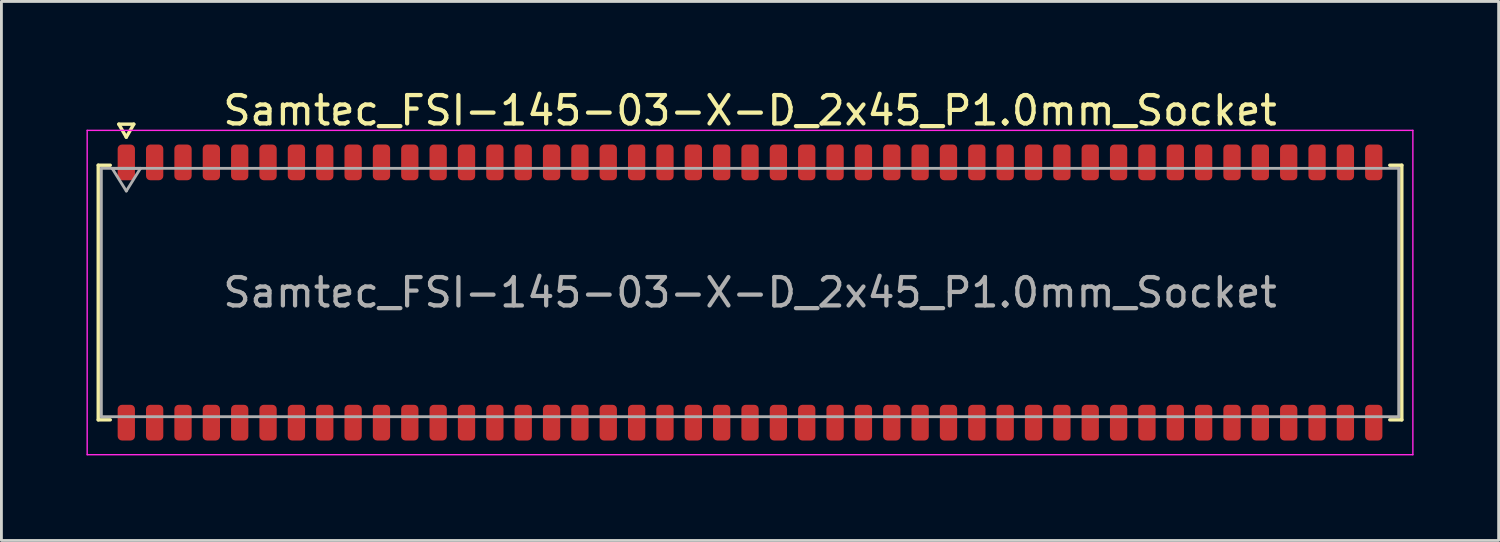
<source format=kicad_pcb>
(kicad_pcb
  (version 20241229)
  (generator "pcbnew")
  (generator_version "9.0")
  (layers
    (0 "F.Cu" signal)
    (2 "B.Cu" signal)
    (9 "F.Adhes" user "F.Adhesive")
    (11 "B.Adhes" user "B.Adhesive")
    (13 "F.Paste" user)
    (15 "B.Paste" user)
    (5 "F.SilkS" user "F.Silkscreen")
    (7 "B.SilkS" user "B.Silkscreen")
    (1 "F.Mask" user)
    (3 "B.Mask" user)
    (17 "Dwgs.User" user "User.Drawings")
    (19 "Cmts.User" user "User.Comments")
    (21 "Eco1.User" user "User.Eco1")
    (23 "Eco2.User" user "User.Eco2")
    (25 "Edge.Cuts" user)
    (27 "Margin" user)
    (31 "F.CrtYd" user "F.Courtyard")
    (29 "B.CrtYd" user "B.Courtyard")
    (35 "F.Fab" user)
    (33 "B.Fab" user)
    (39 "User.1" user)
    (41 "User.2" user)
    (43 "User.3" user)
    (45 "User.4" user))
  (footprint "Samtec_FSI-145-03-X-D_2x45_P1.0mm_Socket"
    (layer "F.Cu")
    (at 23.405 7.268)
    (property "Reference" "Samtec_FSI-145-03-X-D_2x45_P1.0mm_Socket" (at 0 -6.42 0) (layer "F.SilkS") (effects (font (size 1 1) (thickness 0.15))))
    (attr smd)
    (fp_line (start -22.99 -4.49) (end -22.565 -4.49) (stroke (width 0.12) (type solid)) (layer "F.SilkS"))
    (fp_line (start -22.99 4.49) (end -22.99 -4.49) (stroke (width 0.12) (type solid)) (layer "F.SilkS"))
    (fp_line (start -22.565 4.49) (end -22.99 4.49) (stroke (width 0.12) (type solid)) (layer "F.SilkS"))
    (fp_line (start -22.264 -5.938) (end -22 -5.48) (stroke (width 0.12) (type solid)) (layer "F.SilkS"))
    (fp_line (start -22 -5.48) (end -21.736 -5.938) (stroke (width 0.12) (type solid)) (layer "F.SilkS"))
    (fp_line (start -21.736 -5.938) (end -22.264 -5.938) (stroke (width 0.12) (type solid)) (layer "F.SilkS"))
    (fp_line (start 22.565 -4.49) (end 22.99 -4.49) (stroke (width 0.12) (type solid)) (layer "F.SilkS"))
    (fp_line (start 22.99 -4.49) (end 22.99 4.49) (stroke (width 0.12) (type solid)) (layer "F.SilkS"))
    (fp_line (start 22.99 4.49) (end 22.565 4.49) (stroke (width 0.12) (type solid)) (layer "F.SilkS"))
    (fp_line (start -23.38 -5.72) (end -23.38 5.72) (stroke (width 0.05) (type solid)) (layer "F.CrtYd"))
    (fp_line (start -23.38 5.72) (end 23.38 5.72) (stroke (width 0.05) (type solid)) (layer "F.CrtYd"))
    (fp_line (start 23.38 -5.72) (end -23.38 -5.72) (stroke (width 0.05) (type solid)) (layer "F.CrtYd"))
    (fp_line (start 23.38 5.72) (end 23.38 -5.72) (stroke (width 0.05) (type solid)) (layer "F.CrtYd"))
    (fp_line (start -22.88 -4.38) (end 22.88 -4.38) (stroke (width 0.1) (type solid)) (layer "F.Fab"))
    (fp_line (start -22.88 4.38) (end -22.88 -4.38) (stroke (width 0.1) (type solid)) (layer "F.Fab"))
    (fp_line (start -22.5 -4.38) (end -22 -3.58) (stroke (width 0.1) (type solid)) (layer "F.Fab"))
    (fp_line (start -22 -3.58) (end -21.5 -4.38) (stroke (width 0.1) (type solid)) (layer "F.Fab"))
    (fp_line (start -21.5 -4.38) (end -22.5 -4.38) (stroke (width 0.1) (type solid)) (layer "F.Fab"))
    (fp_line (start 22.88 -4.38) (end 22.88 4.38) (stroke (width 0.1) (type solid)) (layer "F.Fab"))
    (fp_line (start 22.88 4.38) (end -22.88 4.38) (stroke (width 0.1) (type solid)) (layer "F.Fab"))
    (fp_text user "${REFERENCE}" (at 0 0 0) (layer "F.Fab") (effects (font (size 1 1) (thickness 0.15))))
    (pad "1" smd roundrect (at -22 -4.59) (size 0.61 1.26) (layers "F.Cu" "F.Mask" "F.Paste") (roundrect_rratio 0.25))
    (pad "2" smd roundrect (at -22 4.59) (size 0.61 1.26) (layers "F.Cu" "F.Mask" "F.Paste") (roundrect_rratio 0.25))
    (pad "3" smd roundrect (at -21 -4.59) (size 0.61 1.26) (layers "F.Cu" "F.Mask" "F.Paste") (roundrect_rratio 0.25))
    (pad "4" smd roundrect (at -21 4.59) (size 0.61 1.26) (layers "F.Cu" "F.Mask" "F.Paste") (roundrect_rratio 0.25))
    (pad "5" smd roundrect (at -20 -4.59) (size 0.61 1.26) (layers "F.Cu" "F.Mask" "F.Paste") (roundrect_rratio 0.25))
    (pad "6" smd roundrect (at -20 4.59) (size 0.61 1.26) (layers "F.Cu" "F.Mask" "F.Paste") (roundrect_rratio 0.25))
    (pad "7" smd roundrect (at -19 -4.59) (size 0.61 1.26) (layers "F.Cu" "F.Mask" "F.Paste") (roundrect_rratio 0.25))
    (pad "8" smd roundrect (at -19 4.59) (size 0.61 1.26) (layers "F.Cu" "F.Mask" "F.Paste") (roundrect_rratio 0.25))
    (pad "9" smd roundrect (at -18 -4.59) (size 0.61 1.26) (layers "F.Cu" "F.Mask" "F.Paste") (roundrect_rratio 0.25))
    (pad "10" smd roundrect (at -18 4.59) (size 0.61 1.26) (layers "F.Cu" "F.Mask" "F.Paste") (roundrect_rratio 0.25))
    (pad "11" smd roundrect (at -17 -4.59) (size 0.61 1.26) (layers "F.Cu" "F.Mask" "F.Paste") (roundrect_rratio 0.25))
    (pad "12" smd roundrect (at -17 4.59) (size 0.61 1.26) (layers "F.Cu" "F.Mask" "F.Paste") (roundrect_rratio 0.25))
    (pad "13" smd roundrect (at -16 -4.59) (size 0.61 1.26) (layers "F.Cu" "F.Mask" "F.Paste") (roundrect_rratio 0.25))
    (pad "14" smd roundrect (at -16 4.59) (size 0.61 1.26) (layers "F.Cu" "F.Mask" "F.Paste") (roundrect_rratio 0.25))
    (pad "15" smd roundrect (at -15 -4.59) (size 0.61 1.26) (layers "F.Cu" "F.Mask" "F.Paste") (roundrect_rratio 0.25))
    (pad "16" smd roundrect (at -15 4.59) (size 0.61 1.26) (layers "F.Cu" "F.Mask" "F.Paste") (roundrect_rratio 0.25))
    (pad "17" smd roundrect (at -14 -4.59) (size 0.61 1.26) (layers "F.Cu" "F.Mask" "F.Paste") (roundrect_rratio 0.25))
    (pad "18" smd roundrect (at -14 4.59) (size 0.61 1.26) (layers "F.Cu" "F.Mask" "F.Paste") (roundrect_rratio 0.25))
    (pad "19" smd roundrect (at -13 -4.59) (size 0.61 1.26) (layers "F.Cu" "F.Mask" "F.Paste") (roundrect_rratio 0.25))
    (pad "20" smd roundrect (at -13 4.59) (size 0.61 1.26) (layers "F.Cu" "F.Mask" "F.Paste") (roundrect_rratio 0.25))
    (pad "21" smd roundrect (at -12 -4.59) (size 0.61 1.26) (layers "F.Cu" "F.Mask" "F.Paste") (roundrect_rratio 0.25))
    (pad "22" smd roundrect (at -12 4.59) (size 0.61 1.26) (layers "F.Cu" "F.Mask" "F.Paste") (roundrect_rratio 0.25))
    (pad "23" smd roundrect (at -11 -4.59) (size 0.61 1.26) (layers "F.Cu" "F.Mask" "F.Paste") (roundrect_rratio 0.25))
    (pad "24" smd roundrect (at -11 4.59) (size 0.61 1.26) (layers "F.Cu" "F.Mask" "F.Paste") (roundrect_rratio 0.25))
    (pad "25" smd roundrect (at -10 -4.59) (size 0.61 1.26) (layers "F.Cu" "F.Mask" "F.Paste") (roundrect_rratio 0.25))
    (pad "26" smd roundrect (at -10 4.59) (size 0.61 1.26) (layers "F.Cu" "F.Mask" "F.Paste") (roundrect_rratio 0.25))
    (pad "27" smd roundrect (at -9 -4.59) (size 0.61 1.26) (layers "F.Cu" "F.Mask" "F.Paste") (roundrect_rratio 0.25))
    (pad "28" smd roundrect (at -9 4.59) (size 0.61 1.26) (layers "F.Cu" "F.Mask" "F.Paste") (roundrect_rratio 0.25))
    (pad "29" smd roundrect (at -8 -4.59) (size 0.61 1.26) (layers "F.Cu" "F.Mask" "F.Paste") (roundrect_rratio 0.25))
    (pad "30" smd roundrect (at -8 4.59) (size 0.61 1.26) (layers "F.Cu" "F.Mask" "F.Paste") (roundrect_rratio 0.25))
    (pad "31" smd roundrect (at -7 -4.59) (size 0.61 1.26) (layers "F.Cu" "F.Mask" "F.Paste") (roundrect_rratio 0.25))
    (pad "32" smd roundrect (at -7 4.59) (size 0.61 1.26) (layers "F.Cu" "F.Mask" "F.Paste") (roundrect_rratio 0.25))
    (pad "33" smd roundrect (at -6 -4.59) (size 0.61 1.26) (layers "F.Cu" "F.Mask" "F.Paste") (roundrect_rratio 0.25))
    (pad "34" smd roundrect (at -6 4.59) (size 0.61 1.26) (layers "F.Cu" "F.Mask" "F.Paste") (roundrect_rratio 0.25))
    (pad "35" smd roundrect (at -5 -4.59) (size 0.61 1.26) (layers "F.Cu" "F.Mask" "F.Paste") (roundrect_rratio 0.25))
    (pad "36" smd roundrect (at -5 4.59) (size 0.61 1.26) (layers "F.Cu" "F.Mask" "F.Paste") (roundrect_rratio 0.25))
    (pad "37" smd roundrect (at -4 -4.59) (size 0.61 1.26) (layers "F.Cu" "F.Mask" "F.Paste") (roundrect_rratio 0.25))
    (pad "38" smd roundrect (at -4 4.59) (size 0.61 1.26) (layers "F.Cu" "F.Mask" "F.Paste") (roundrect_rratio 0.25))
    (pad "39" smd roundrect (at -3 -4.59) (size 0.61 1.26) (layers "F.Cu" "F.Mask" "F.Paste") (roundrect_rratio 0.25))
    (pad "40" smd roundrect (at -3 4.59) (size 0.61 1.26) (layers "F.Cu" "F.Mask" "F.Paste") (roundrect_rratio 0.25))
    (pad "41" smd roundrect (at -2 -4.59) (size 0.61 1.26) (layers "F.Cu" "F.Mask" "F.Paste") (roundrect_rratio 0.25))
    (pad "42" smd roundrect (at -2 4.59) (size 0.61 1.26) (layers "F.Cu" "F.Mask" "F.Paste") (roundrect_rratio 0.25))
    (pad "43" smd roundrect (at -1 -4.59) (size 0.61 1.26) (layers "F.Cu" "F.Mask" "F.Paste") (roundrect_rratio 0.25))
    (pad "44" smd roundrect (at -1 4.59) (size 0.61 1.26) (layers "F.Cu" "F.Mask" "F.Paste") (roundrect_rratio 0.25))
    (pad "45" smd roundrect (at 0 -4.59) (size 0.61 1.26) (layers "F.Cu" "F.Mask" "F.Paste") (roundrect_rratio 0.25))
    (pad "46" smd roundrect (at 0 4.59) (size 0.61 1.26) (layers "F.Cu" "F.Mask" "F.Paste") (roundrect_rratio 0.25))
    (pad "47" smd roundrect (at 1 -4.59) (size 0.61 1.26) (layers "F.Cu" "F.Mask" "F.Paste") (roundrect_rratio 0.25))
    (pad "48" smd roundrect (at 1 4.59) (size 0.61 1.26) (layers "F.Cu" "F.Mask" "F.Paste") (roundrect_rratio 0.25))
    (pad "49" smd roundrect (at 2 -4.59) (size 0.61 1.26) (layers "F.Cu" "F.Mask" "F.Paste") (roundrect_rratio 0.25))
    (pad "50" smd roundrect (at 2 4.59) (size 0.61 1.26) (layers "F.Cu" "F.Mask" "F.Paste") (roundrect_rratio 0.25))
    (pad "51" smd roundrect (at 3 -4.59) (size 0.61 1.26) (layers "F.Cu" "F.Mask" "F.Paste") (roundrect_rratio 0.25))
    (pad "52" smd roundrect (at 3 4.59) (size 0.61 1.26) (layers "F.Cu" "F.Mask" "F.Paste") (roundrect_rratio 0.25))
    (pad "53" smd roundrect (at 4 -4.59) (size 0.61 1.26) (layers "F.Cu" "F.Mask" "F.Paste") (roundrect_rratio 0.25))
    (pad "54" smd roundrect (at 4 4.59) (size 0.61 1.26) (layers "F.Cu" "F.Mask" "F.Paste") (roundrect_rratio 0.25))
    (pad "55" smd roundrect (at 5 -4.59) (size 0.61 1.26) (layers "F.Cu" "F.Mask" "F.Paste") (roundrect_rratio 0.25))
    (pad "56" smd roundrect (at 5 4.59) (size 0.61 1.26) (layers "F.Cu" "F.Mask" "F.Paste") (roundrect_rratio 0.25))
    (pad "57" smd roundrect (at 6 -4.59) (size 0.61 1.26) (layers "F.Cu" "F.Mask" "F.Paste") (roundrect_rratio 0.25))
    (pad "58" smd roundrect (at 6 4.59) (size 0.61 1.26) (layers "F.Cu" "F.Mask" "F.Paste") (roundrect_rratio 0.25))
    (pad "59" smd roundrect (at 7 -4.59) (size 0.61 1.26) (layers "F.Cu" "F.Mask" "F.Paste") (roundrect_rratio 0.25))
    (pad "60" smd roundrect (at 7 4.59) (size 0.61 1.26) (layers "F.Cu" "F.Mask" "F.Paste") (roundrect_rratio 0.25))
    (pad "61" smd roundrect (at 8 -4.59) (size 0.61 1.26) (layers "F.Cu" "F.Mask" "F.Paste") (roundrect_rratio 0.25))
    (pad "62" smd roundrect (at 8 4.59) (size 0.61 1.26) (layers "F.Cu" "F.Mask" "F.Paste") (roundrect_rratio 0.25))
    (pad "63" smd roundrect (at 9 -4.59) (size 0.61 1.26) (layers "F.Cu" "F.Mask" "F.Paste") (roundrect_rratio 0.25))
    (pad "64" smd roundrect (at 9 4.59) (size 0.61 1.26) (layers "F.Cu" "F.Mask" "F.Paste") (roundrect_rratio 0.25))
    (pad "65" smd roundrect (at 10 -4.59) (size 0.61 1.26) (layers "F.Cu" "F.Mask" "F.Paste") (roundrect_rratio 0.25))
    (pad "66" smd roundrect (at 10 4.59) (size 0.61 1.26) (layers "F.Cu" "F.Mask" "F.Paste") (roundrect_rratio 0.25))
    (pad "67" smd roundrect (at 11 -4.59) (size 0.61 1.26) (layers "F.Cu" "F.Mask" "F.Paste") (roundrect_rratio 0.25))
    (pad "68" smd roundrect (at 11 4.59) (size 0.61 1.26) (layers "F.Cu" "F.Mask" "F.Paste") (roundrect_rratio 0.25))
    (pad "69" smd roundrect (at 12 -4.59) (size 0.61 1.26) (layers "F.Cu" "F.Mask" "F.Paste") (roundrect_rratio 0.25))
    (pad "70" smd roundrect (at 12 4.59) (size 0.61 1.26) (layers "F.Cu" "F.Mask" "F.Paste") (roundrect_rratio 0.25))
    (pad "71" smd roundrect (at 13 -4.59) (size 0.61 1.26) (layers "F.Cu" "F.Mask" "F.Paste") (roundrect_rratio 0.25))
    (pad "72" smd roundrect (at 13 4.59) (size 0.61 1.26) (layers "F.Cu" "F.Mask" "F.Paste") (roundrect_rratio 0.25))
    (pad "73" smd roundrect (at 14 -4.59) (size 0.61 1.26) (layers "F.Cu" "F.Mask" "F.Paste") (roundrect_rratio 0.25))
    (pad "74" smd roundrect (at 14 4.59) (size 0.61 1.26) (layers "F.Cu" "F.Mask" "F.Paste") (roundrect_rratio 0.25))
    (pad "75" smd roundrect (at 15 -4.59) (size 0.61 1.26) (layers "F.Cu" "F.Mask" "F.Paste") (roundrect_rratio 0.25))
    (pad "76" smd roundrect (at 15 4.59) (size 0.61 1.26) (layers "F.Cu" "F.Mask" "F.Paste") (roundrect_rratio 0.25))
    (pad "77" smd roundrect (at 16 -4.59) (size 0.61 1.26) (layers "F.Cu" "F.Mask" "F.Paste") (roundrect_rratio 0.25))
    (pad "78" smd roundrect (at 16 4.59) (size 0.61 1.26) (layers "F.Cu" "F.Mask" "F.Paste") (roundrect_rratio 0.25))
    (pad "79" smd roundrect (at 17 -4.59) (size 0.61 1.26) (layers "F.Cu" "F.Mask" "F.Paste") (roundrect_rratio 0.25))
    (pad "80" smd roundrect (at 17 4.59) (size 0.61 1.26) (layers "F.Cu" "F.Mask" "F.Paste") (roundrect_rratio 0.25))
    (pad "81" smd roundrect (at 18 -4.59) (size 0.61 1.26) (layers "F.Cu" "F.Mask" "F.Paste") (roundrect_rratio 0.25))
    (pad "82" smd roundrect (at 18 4.59) (size 0.61 1.26) (layers "F.Cu" "F.Mask" "F.Paste") (roundrect_rratio 0.25))
    (pad "83" smd roundrect (at 19 -4.59) (size 0.61 1.26) (layers "F.Cu" "F.Mask" "F.Paste") (roundrect_rratio 0.25))
    (pad "84" smd roundrect (at 19 4.59) (size 0.61 1.26) (layers "F.Cu" "F.Mask" "F.Paste") (roundrect_rratio 0.25))
    (pad "85" smd roundrect (at 20 -4.59) (size 0.61 1.26) (layers "F.Cu" "F.Mask" "F.Paste") (roundrect_rratio 0.25))
    (pad "86" smd roundrect (at 20 4.59) (size 0.61 1.26) (layers "F.Cu" "F.Mask" "F.Paste") (roundrect_rratio 0.25))
    (pad "87" smd roundrect (at 21 -4.59) (size 0.61 1.26) (layers "F.Cu" "F.Mask" "F.Paste") (roundrect_rratio 0.25))
    (pad "88" smd roundrect (at 21 4.59) (size 0.61 1.26) (layers "F.Cu" "F.Mask" "F.Paste") (roundrect_rratio 0.25))
    (pad "89" smd roundrect (at 22 -4.59) (size 0.61 1.26) (layers "F.Cu" "F.Mask" "F.Paste") (roundrect_rratio 0.25))
    (pad "90" smd roundrect (at 22 4.59) (size 0.61 1.26) (layers "F.Cu" "F.Mask" "F.Paste") (roundrect_rratio 0.25)))
  (gr_rect
    (start -3 -3)
    (end 49.81 16.013)
    (stroke (width 0.1) (type default))
    (fill no)
    (layer "Edge.Cuts")))
</source>
